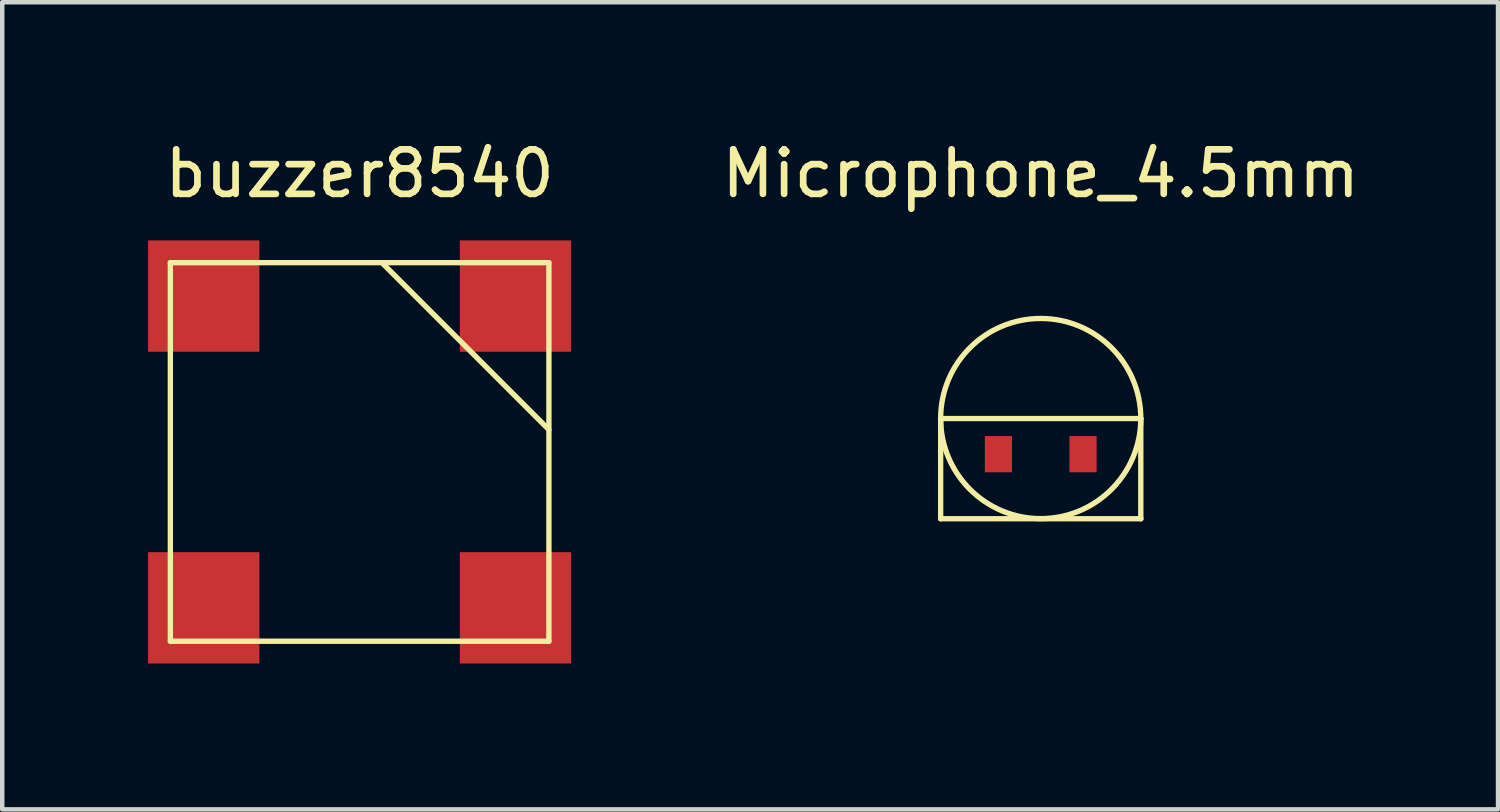
<source format=kicad_pcb>
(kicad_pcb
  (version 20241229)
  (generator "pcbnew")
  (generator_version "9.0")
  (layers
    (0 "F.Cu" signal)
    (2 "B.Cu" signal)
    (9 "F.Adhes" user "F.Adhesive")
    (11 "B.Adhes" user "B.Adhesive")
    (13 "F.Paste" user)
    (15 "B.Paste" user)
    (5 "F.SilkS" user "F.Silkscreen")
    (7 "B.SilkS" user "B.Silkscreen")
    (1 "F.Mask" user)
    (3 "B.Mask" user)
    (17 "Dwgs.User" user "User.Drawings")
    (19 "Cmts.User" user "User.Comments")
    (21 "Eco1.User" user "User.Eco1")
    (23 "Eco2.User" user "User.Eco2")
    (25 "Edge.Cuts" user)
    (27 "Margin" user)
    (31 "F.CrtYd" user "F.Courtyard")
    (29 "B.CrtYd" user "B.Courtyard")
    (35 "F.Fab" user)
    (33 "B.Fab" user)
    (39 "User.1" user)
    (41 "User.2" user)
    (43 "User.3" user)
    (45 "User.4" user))
  (footprint "Microphone_4.5mm"
    (layer "F.Cu")
    (at 20.318 6.348)
    (property "Reference" "Microphone_4.5mm" (at 0 -5.5 0) (layer "F.SilkS") (effects (font (size 1 1) (thickness 0.15))))
    (attr through_hole)
    (fp_line (start -2.247 0) (end -2.247 2.25) (stroke (width 0.12) (type solid)) (layer "F.SilkS"))
    (fp_line (start -2.247 0) (end 2.25 0) (stroke (width 0.12) (type solid)) (layer "F.SilkS"))
    (fp_line (start -2.247 2.25) (end 2.25 2.25) (stroke (width 0.12) (type solid)) (layer "F.SilkS"))
    (fp_line (start 2.247 0) (end 2.247 2.25) (stroke (width 0.12) (type solid)) (layer "F.SilkS"))
    (fp_circle (center 0 0) (end 1.2 1.9) (stroke (width 0.12) (type solid)) (fill no) (layer "F.SilkS"))
    (pad "1" smd rect (at -0.95 0.8) (size 0.61 0.813) (layers "F.Cu" "F.Mask" "F.Paste"))
    (pad "2" smd rect (at 0.95 0.8) (size 0.61 0.813) (layers "F.Cu" "F.Mask" "F.Paste")))
  (footprint "buzzer8540"
    (layer "F.Cu")
    (at 5.025 7.098)
    (property "Reference" "buzzer8540" (at 0 -6.25 0) (layer "F.SilkS") (effects (font (size 1 1) (thickness 0.15))))
    (attr through_hole)
    (fp_line (start -4.25 -4.25) (end 4.25 -4.25) (stroke (width 0.12) (type solid)) (layer "F.SilkS"))
    (fp_line (start -4.25 4.25) (end -4.25 -4.25) (stroke (width 0.12) (type solid)) (layer "F.SilkS"))
    (fp_line (start 0.5 -4.25) (end 4.25 -0.5) (stroke (width 0.12) (type solid)) (layer "F.SilkS"))
    (fp_line (start 4.25 -4.25) (end 4.25 4.25) (stroke (width 0.12) (type solid)) (layer "F.SilkS"))
    (fp_line (start 4.25 4.25) (end -4.25 4.25) (stroke (width 0.12) (type solid)) (layer "F.SilkS"))
    (fp_line (start -5 -5) (end -5 5) (stroke (width 0.05) (type solid)) (layer "Eco1.User"))
    (fp_line (start 5 -5) (end -5 -5) (stroke (width 0.05) (type solid)) (layer "Eco1.User"))
    (fp_line (start 5 -5) (end 5 5) (stroke (width 0.05) (type solid)) (layer "Eco1.User"))
    (fp_line (start 5 5) (end -5 5) (stroke (width 0.05) (type solid)) (layer "Eco1.User"))
    (pad "1" smd rect (at -3.5 -3.5) (size 2.5 2.5) (layers "F.Cu" "F.Mask" "F.Paste"))
    (pad "2" smd rect (at -3.5 3.5) (size 2.5 2.5) (layers "F.Cu" "F.Mask" "F.Paste"))
    (pad "N" smd rect (at 3.5 -3.5) (size 2.5 2.5) (layers "F.Cu" "F.Mask" "F.Paste"))
    (pad "P" smd rect (at 3.5 3.5) (size 2.5 2.5) (layers "F.Cu" "F.Mask" "F.Paste")))
  (gr_rect
    (start -3 -3)
    (end 30.586 15.123)
    (stroke (width 0.1) (type default))
    (fill no)
    (layer "Edge.Cuts")))
</source>
